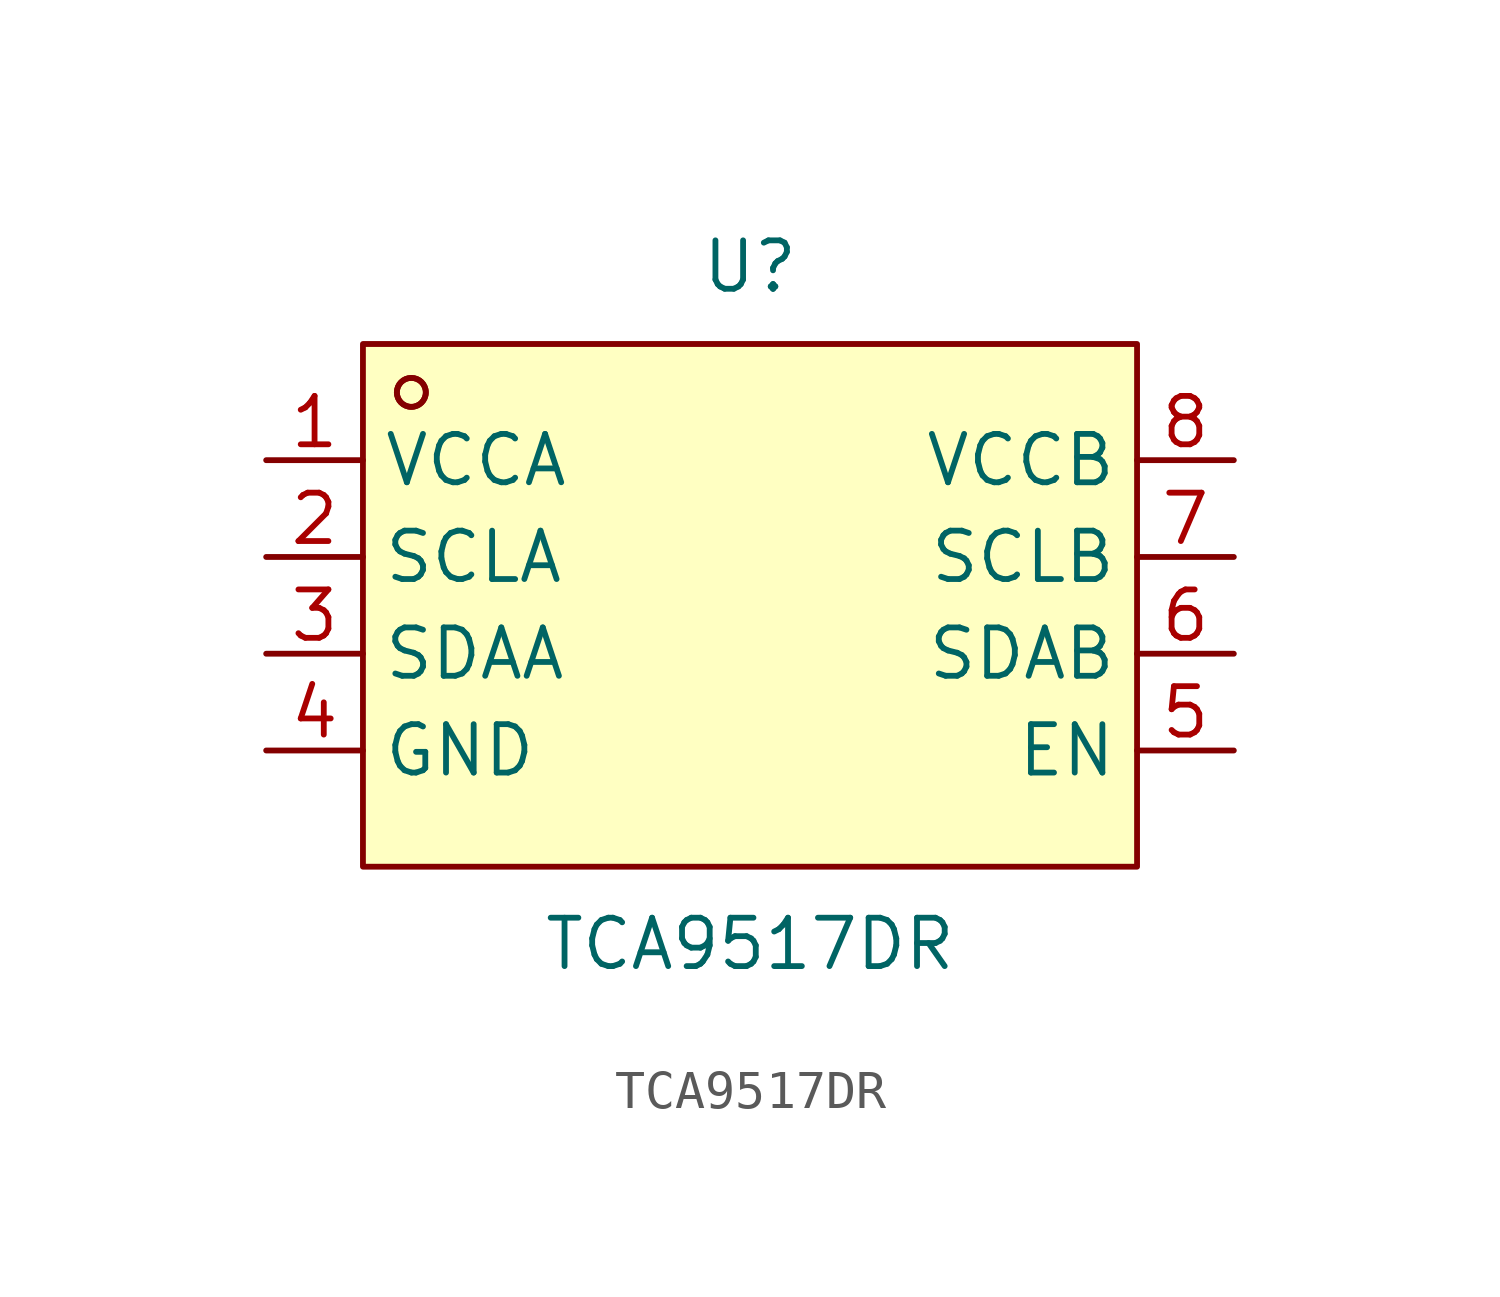
<source format=kicad_sym>
(kicad_symbol_lib
  (version 20211014)
  (generator kicad_symbol_editor)
  (symbol "TCA9517DR"
    (property "Reference" "U"
      (at 0 8.89 0)
      (effects (font (size 1.27 1.27))))
    (property "Value" "TCA9517DR"
      (at 0 -8.89 0)
      (effects (font (size 1.27 1.27))))
    (symbol "TCA9517DR_0_1"
      (rectangle (start -10.16 6.86) (end 10.16 -6.86) (stroke (width 0) (type default) (color 0 0 0 0)) (fill (type background)))
      (circle (center -8.89 5.59) (radius 0.38) (stroke (width 0) (type default) (color 0 0 0 0)) (fill (type none)))
      (circle (center -8.89 5.59) (radius 0.38) (stroke (width 0) (type default) (color 0 0 0 0)) (fill (type none)))
      (pin power_in line (at -12.7 3.81 0) (length 2.54) (name "VCCA" (effects (font (size 1.27 1.27)))) (number "1" (effects (font (size 1.27 1.27)))))
      (pin bidirectional line (at -12.7 1.27 0) (length 2.54) (name "SCLA" (effects (font (size 1.27 1.27)))) (number "2" (effects (font (size 1.27 1.27)))))
      (pin bidirectional line (at -12.7 -1.27 0) (length 2.54) (name "SDAA" (effects (font (size 1.27 1.27)))) (number "3" (effects (font (size 1.27 1.27)))))
      (pin power_in line (at -12.7 -3.81 0) (length 2.54) (name "GND" (effects (font (size 1.27 1.27)))) (number "4" (effects (font (size 1.27 1.27)))))
      (pin input line (at 12.7 -3.81 180) (length 2.54) (name "EN" (effects (font (size 1.27 1.27)))) (number "5" (effects (font (size 1.27 1.27)))))
      (pin bidirectional line (at 12.7 -1.27 180) (length 2.54) (name "SDAB" (effects (font (size 1.27 1.27)))) (number "6" (effects (font (size 1.27 1.27)))))
      (pin bidirectional line (at 12.7 1.27 180) (length 2.54) (name "SCLB" (effects (font (size 1.27 1.27)))) (number "7" (effects (font (size 1.27 1.27)))))
      (pin power_in line (at 12.7 3.81 180) (length 2.54) (name "VCCB" (effects (font (size 1.27 1.27)))) (number "8" (effects (font (size 1.27 1.27))))))))
</source>
